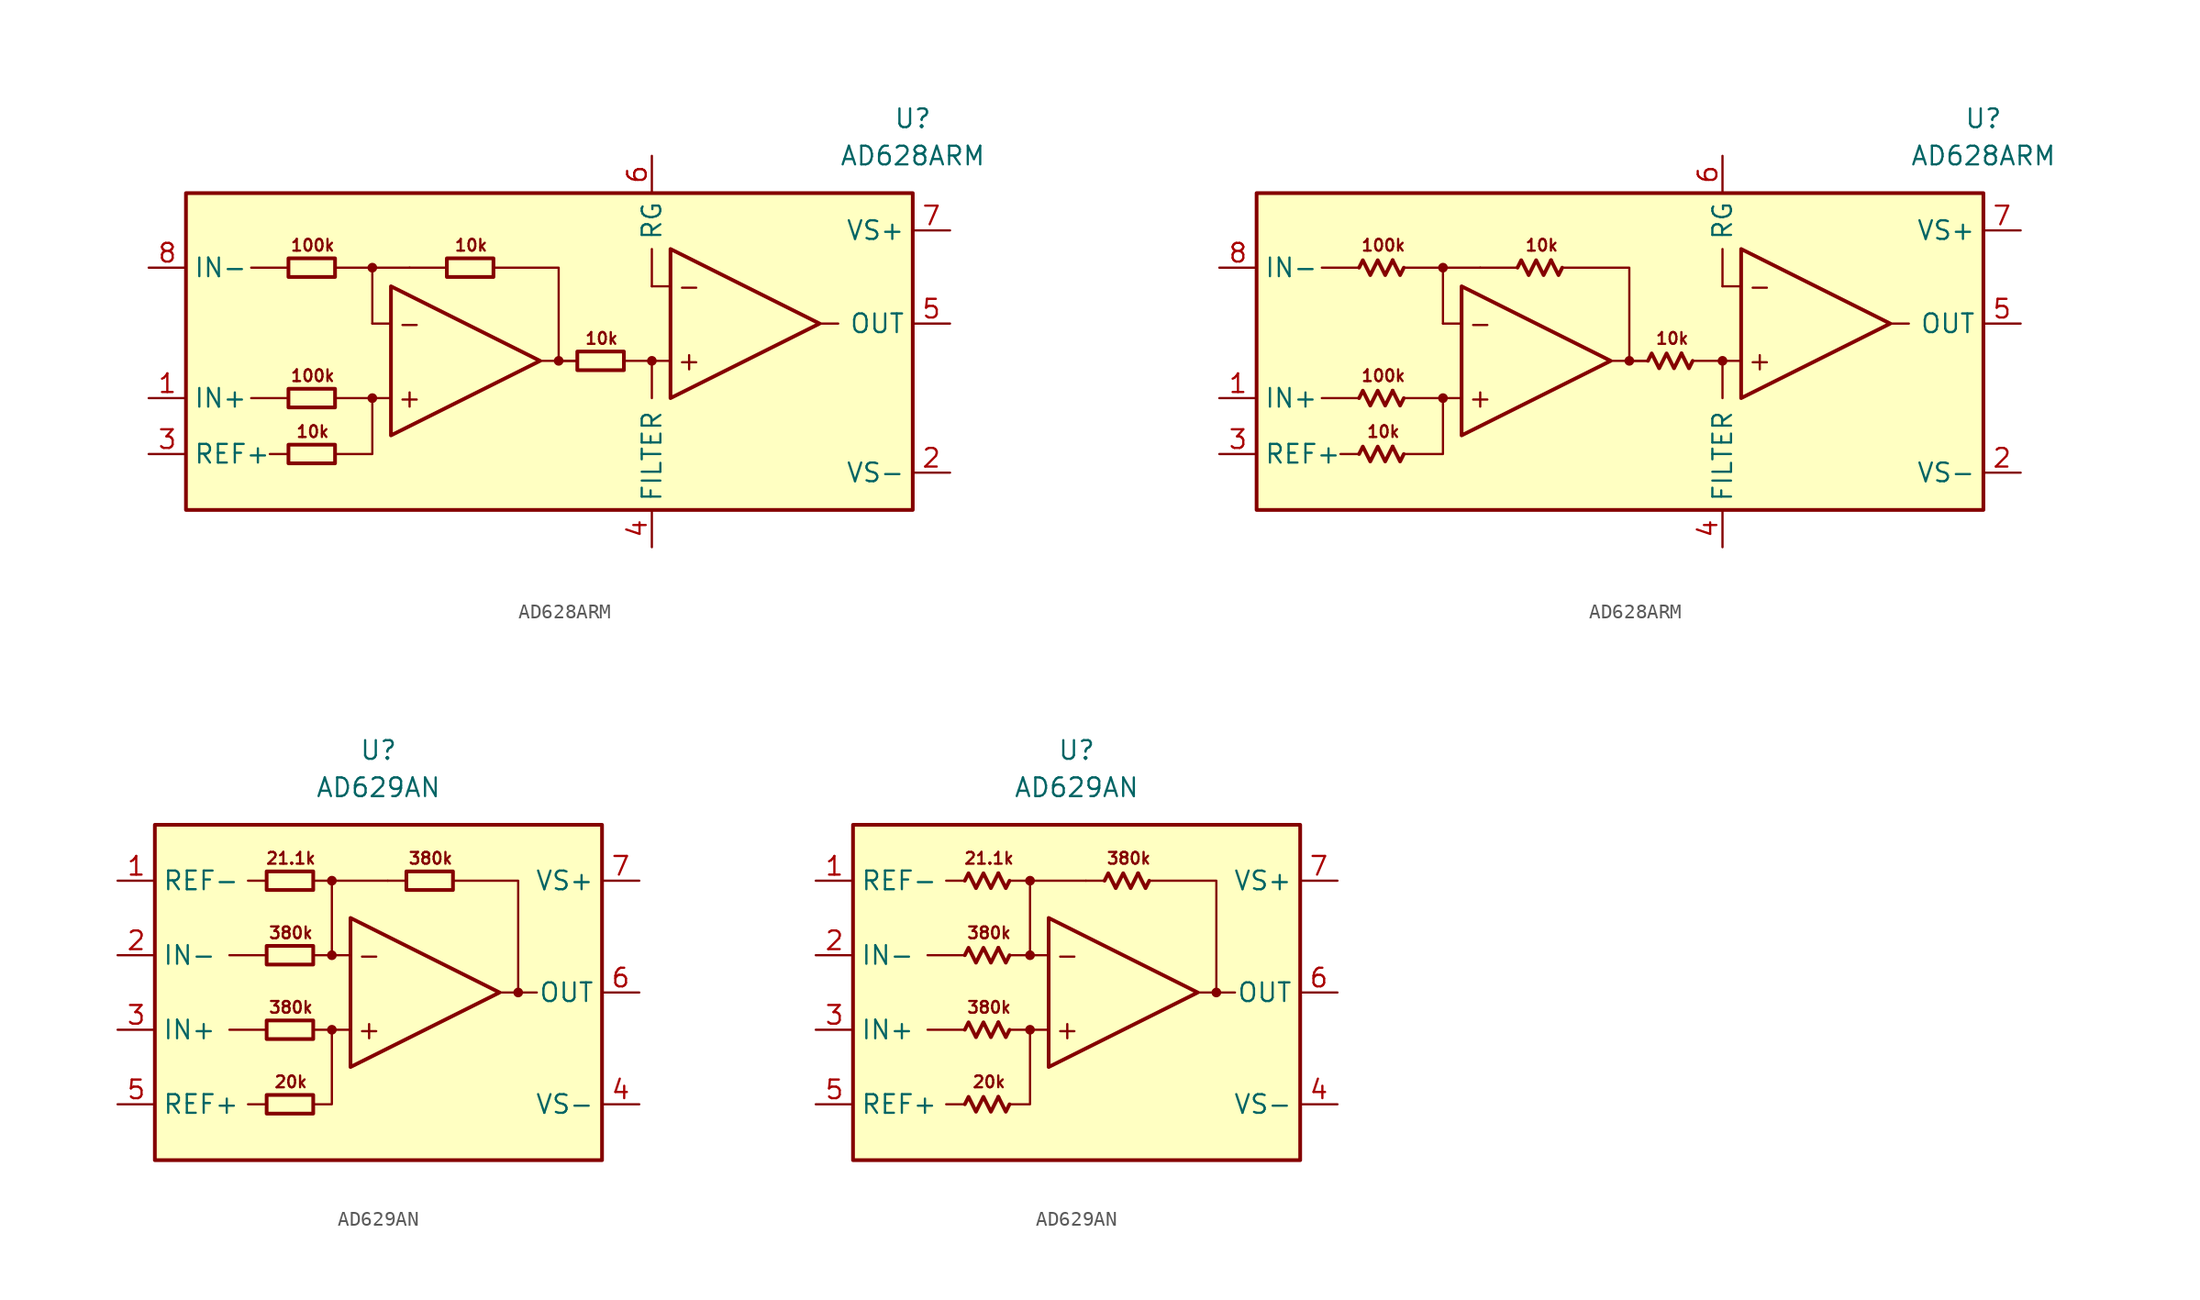
<source format=kicad_sym>
(kicad_symbol_lib
  (version 20231120)
  (generator "kicad_symbol_editor")
  (generator_version "8.0")
  (symbol "AD628ARM"
    (property "Reference" "U"
      (at 24.13 15.24 0)
      (effects (font (size 1.27 1.27))))
    (property "Value" "AD628ARM"
      (at 24.13 12.7 0)
      (effects (font (size 1.27 1.27))))
    (symbol "AD628ARM_0_0"
      (rectangle (start -25.4 10.16) (end 24.13 -11.43) (stroke (width 0.254) (type default)) (fill (type background)))
      (circle (center -12.7 -3.81) (radius 0.254) (stroke (width 0.152) (type default)) (fill (type outline)))
      (circle (center -12.7 5.08) (radius 0.254) (stroke (width 0.152) (type default)) (fill (type outline)))
      (circle (center 0 -1.27) (radius 0.254) (stroke (width 0.152) (type default)) (fill (type outline)))
      (polyline (pts (xy -18.415 -7.62) (xy -19.685 -7.62)) (stroke (width 0.152) (type default)) (fill (type none)))
      (polyline (pts (xy -18.415 -3.81) (xy -20.955 -3.81)) (stroke (width 0.152) (type default)) (fill (type none)))
      (polyline (pts (xy -18.415 5.08) (xy -20.955 5.08)) (stroke (width 0.152) (type default)) (fill (type none)))
      (polyline (pts (xy -12.7 1.27) (xy -12.7 5.08)) (stroke (width 0.152) (type default)) (fill (type none)))
      (polyline (pts (xy -11.43 -3.81) (xy -15.24 -3.81)) (stroke (width 0.152) (type default)) (fill (type none)))
      (polyline (pts (xy -11.43 1.27) (xy -12.7 1.27)) (stroke (width 0.152) (type default)) (fill (type none)))
      (polyline (pts (xy -10.16 5.08) (xy -15.24 5.08)) (stroke (width 0.152) (type default)) (fill (type none)))
      (polyline (pts (xy -7.62 5.08) (xy -10.16 5.08)) (stroke (width 0.152) (type default)) (fill (type none)))
      (polyline (pts (xy 0 -1.27) (xy 1.27 -1.27)) (stroke (width 0.152) (type default)) (fill (type none)))
      (polyline (pts (xy 1.27 -1.27) (xy -1.27 -1.27)) (stroke (width 0.152) (type default)) (fill (type none)))
      (polyline (pts (xy 4.445 -1.27) (xy 6.35 -1.27)) (stroke (width 0.152) (type default)) (fill (type none)))
      (polyline (pts (xy 6.35 -1.27) (xy 6.35 -3.81)) (stroke (width 0.152) (type default)) (fill (type none)))
      (polyline (pts (xy 6.35 3.81) (xy 6.35 6.35)) (stroke (width 0.152) (type default)) (fill (type none)))
      (polyline (pts (xy 7.62 -1.27) (xy 6.35 -1.27)) (stroke (width 0.152) (type default)) (fill (type none)))
      (polyline (pts (xy 7.62 3.81) (xy 6.35 3.81)) (stroke (width 0.152) (type default)) (fill (type none)))
      (polyline (pts (xy 17.78 1.27) (xy 19.05 1.27)) (stroke (width 0.152) (type default)) (fill (type none)))
      (polyline (pts (xy -15.24 -7.62) (xy -12.7 -7.62) (xy -12.7 -3.81)) (stroke (width 0.152) (type default)) (fill (type none)))
      (polyline (pts (xy -11.43 3.81) (xy -11.43 -6.35) (xy -1.27 -1.27) (xy -11.43 3.81)) (stroke (width 0.254) (type default)) (fill (type none)))
      (polyline (pts (xy -4.445 5.08) (xy 0 5.08) (xy 0 -1.27) (xy 0 -1.27)) (stroke (width 0.152) (type default)) (fill (type none)))
      (polyline (pts (xy 7.62 6.35) (xy 7.62 -3.81) (xy 17.78 1.27) (xy 7.62 6.35)) (stroke (width 0.254) (type default)) (fill (type none)))
      (circle (center 6.35 -1.27) (radius 0.254) (stroke (width 0.152) (type default)) (fill (type outline)))
      (text "+" (at -10.16 -3.81 0) (effects (font (size 1.27 1.27))))
      (text "+" (at 8.89 -1.27 0) (effects (font (size 1.27 1.27))))
      (text "-" (at -10.16 1.27 0) (effects (font (size 1.27 1.27))))
      (text "-" (at 8.89 3.81 0) (effects (font (size 1.27 1.27))))
      (text "100k" (at -16.764 -2.286 0) (effects (font (size 0.8 0.8))))
      (text "100k" (at -16.764 6.604 0) (effects (font (size 0.8 0.8))))
      (text "10k" (at -16.764 -6.096 0) (effects (font (size 0.8 0.8))))
      (text "10k" (at -5.969 6.604 0) (effects (font (size 0.8 0.8))))
      (text "10k" (at 2.921 0.254 0) (effects (font (size 0.8 0.8)))))
    (symbol "AD628ARM_0_1"
      (rectangle (start -18.415 -6.985) (end -15.24 -8.255) (stroke (width 0.254) (type default)) (fill (type none)))
      (rectangle (start -18.415 -3.175) (end -15.24 -4.445) (stroke (width 0.254) (type default)) (fill (type none)))
      (rectangle (start -18.415 5.715) (end -15.24 4.445) (stroke (width 0.254) (type default)) (fill (type none)))
      (rectangle (start -7.62 5.715) (end -4.445 4.445) (stroke (width 0.254) (type default)) (fill (type none)))
      (rectangle (start 1.27 -0.635) (end 4.445 -1.905) (stroke (width 0.254) (type default)) (fill (type none))))
    (symbol "AD628ARM_0_2"
      (polyline (pts (xy -16.129 -7.112) (xy -15.621 -8.128) (xy -15.367 -7.62)) (stroke (width 0.254) (type default)) (fill (type none)))
      (polyline (pts (xy -16.129 -3.302) (xy -15.621 -4.318) (xy -15.367 -3.81)) (stroke (width 0.254) (type default)) (fill (type none)))
      (polyline (pts (xy -16.129 5.588) (xy -15.621 4.572) (xy -15.367 5.08)) (stroke (width 0.254) (type default)) (fill (type none)))
      (polyline (pts (xy -5.334 5.588) (xy -4.826 4.572) (xy -4.572 5.08)) (stroke (width 0.254) (type default)) (fill (type none)))
      (polyline (pts (xy 3.556 -0.762) (xy 4.064 -1.778) (xy 4.318 -1.27)) (stroke (width 0.254) (type default)) (fill (type none)))
      (polyline (pts (xy -18.415 -7.62) (xy -18.161 -7.112) (xy -17.653 -8.128) (xy -17.145 -7.112) (xy -16.637 -8.128) (xy -16.129 -7.112)) (stroke (width 0.254) (type default)) (fill (type none)))
      (polyline (pts (xy -18.415 -3.81) (xy -18.161 -3.302) (xy -17.653 -4.318) (xy -17.145 -3.302) (xy -16.637 -4.318) (xy -16.129 -3.302)) (stroke (width 0.254) (type default)) (fill (type none)))
      (polyline (pts (xy -18.415 5.08) (xy -18.161 5.588) (xy -17.653 4.572) (xy -17.145 5.588) (xy -16.637 4.572) (xy -16.129 5.588)) (stroke (width 0.254) (type default)) (fill (type none)))
      (polyline (pts (xy -7.62 5.08) (xy -7.366 5.588) (xy -6.858 4.572) (xy -6.35 5.588) (xy -5.842 4.572) (xy -5.334 5.588)) (stroke (width 0.254) (type default)) (fill (type none)))
      (polyline (pts (xy 1.27 -1.27) (xy 1.524 -0.762) (xy 2.032 -1.778) (xy 2.54 -0.762) (xy 3.048 -1.778) (xy 3.556 -0.762)) (stroke (width 0.254) (type default)) (fill (type none))))
    (symbol "AD628ARM_1_1"
      (pin input line (at -27.94 -3.81 0) (length 2.54) (name "IN+" (effects (font (size 1.27 1.27)))) (number "1" (effects (font (size 1.27 1.27)))))
      (pin power_in line (at 26.67 -8.89 180) (length 2.54) (name "VS-" (effects (font (size 1.27 1.27)))) (number "2" (effects (font (size 1.27 1.27)))))
      (pin input line (at -27.94 -7.62 0) (length 2.54) (name "REF+" (effects (font (size 1.27 1.27)))) (number "3" (effects (font (size 1.27 1.27)))))
      (pin passive line (at 6.35 -13.97 90) (length 2.54) (name "FILTER" (effects (font (size 1.27 1.27)))) (number "4" (effects (font (size 1.27 1.27)))))
      (pin output line (at 26.67 1.27 180) (length 2.54) (name "OUT" (effects (font (size 1.27 1.27)))) (number "5" (effects (font (size 1.27 1.27)))))
      (pin passive line (at 6.35 12.7 270) (length 2.54) (name "RG" (effects (font (size 1.27 1.27)))) (number "6" (effects (font (size 1.27 1.27)))))
      (pin power_in line (at 26.67 7.62 180) (length 2.54) (name "VS+" (effects (font (size 1.27 1.27)))) (number "7" (effects (font (size 1.27 1.27)))))
      (pin input line (at -27.94 5.08 0) (length 2.54) (name "IN-" (effects (font (size 1.27 1.27)))) (number "8" (effects (font (size 1.27 1.27))))))
    (symbol "AD628ARM_1_2"
      (pin input line (at -27.94 -3.81 0) (length 2.54) (name "IN+" (effects (font (size 1.27 1.27)))) (number "1" (effects (font (size 1.27 1.27)))))
      (pin power_in line (at 26.67 -8.89 180) (length 2.54) (name "VS-" (effects (font (size 1.27 1.27)))) (number "2" (effects (font (size 1.27 1.27)))))
      (pin input line (at -27.94 -7.62 0) (length 2.54) (name "REF+" (effects (font (size 1.27 1.27)))) (number "3" (effects (font (size 1.27 1.27)))))
      (pin passive line (at 6.35 -13.97 90) (length 2.54) (name "FILTER" (effects (font (size 1.27 1.27)))) (number "4" (effects (font (size 1.27 1.27)))))
      (pin output line (at 26.67 1.27 180) (length 2.54) (name "OUT" (effects (font (size 1.27 1.27)))) (number "5" (effects (font (size 1.27 1.27)))))
      (pin passive line (at 6.35 12.7 270) (length 2.54) (name "RG" (effects (font (size 1.27 1.27)))) (number "6" (effects (font (size 1.27 1.27)))))
      (pin power_in line (at 26.67 7.62 180) (length 2.54) (name "VS+" (effects (font (size 1.27 1.27)))) (number "7" (effects (font (size 1.27 1.27)))))
      (pin input line (at -27.94 5.08 0) (length 2.54) (name "IN-" (effects (font (size 1.27 1.27)))) (number "8" (effects (font (size 1.27 1.27)))))))
  (symbol "AD629AN"
    (property "Reference" "U"
      (at 0 16.51 0)
      (effects (font (size 1.27 1.27))))
    (property "Value" "AD629AN"
      (at 0 13.97 0)
      (effects (font (size 1.27 1.27))))
    (symbol "AD629AN_0_0"
      (rectangle (start -15.24 11.43) (end 15.24 -11.43) (stroke (width 0.254) (type default)) (fill (type background)))
      (circle (center -3.175 -2.54) (radius 0.254) (stroke (width 0.152) (type default)) (fill (type outline)))
      (circle (center -3.175 2.54) (radius 0.254) (stroke (width 0.152) (type default)) (fill (type outline)))
      (circle (center -3.175 7.62) (radius 0.254) (stroke (width 0.152) (type default)) (fill (type outline)))
      (polyline (pts (xy -7.62 -7.62) (xy -8.89 -7.62)) (stroke (width 0.152) (type default)) (fill (type none)))
      (polyline (pts (xy -7.62 -2.54) (xy -10.16 -2.54)) (stroke (width 0.152) (type default)) (fill (type none)))
      (polyline (pts (xy -7.62 2.54) (xy -10.16 2.54)) (stroke (width 0.152) (type default)) (fill (type none)))
      (polyline (pts (xy -7.62 7.62) (xy -8.89 7.62)) (stroke (width 0.152) (type default)) (fill (type none)))
      (polyline (pts (xy -4.445 7.62) (xy 0.635 7.62)) (stroke (width 0.152) (type default)) (fill (type none)))
      (polyline (pts (xy -3.175 2.54) (xy -3.175 7.62)) (stroke (width 0.152) (type default)) (fill (type none)))
      (polyline (pts (xy -1.905 -2.54) (xy -4.445 -2.54)) (stroke (width 0.152) (type default)) (fill (type none)))
      (polyline (pts (xy -1.905 2.54) (xy -4.445 2.54)) (stroke (width 0.152) (type default)) (fill (type none)))
      (polyline (pts (xy 1.905 7.62) (xy 0.635 7.62)) (stroke (width 0.152) (type default)) (fill (type none)))
      (polyline (pts (xy 9.525 0) (xy 10.795 0)) (stroke (width 0.152) (type default)) (fill (type none)))
      (polyline (pts (xy -4.445 -7.62) (xy -3.175 -7.62) (xy -3.175 -2.54)) (stroke (width 0.152) (type default)) (fill (type none)))
      (polyline (pts (xy -1.905 5.08) (xy -1.905 -5.08) (xy 8.255 0) (xy -1.905 5.08)) (stroke (width 0.254) (type default)) (fill (type none)))
      (polyline (pts (xy 5.08 7.62) (xy 9.525 7.62) (xy 9.525 0) (xy 8.255 0)) (stroke (width 0.152) (type default)) (fill (type none)))
      (circle (center 9.525 0) (radius 0.254) (stroke (width 0.152) (type default)) (fill (type outline)))
      (text "+" (at -0.635 -2.54 0) (effects (font (size 1.27 1.27))))
      (text "-" (at -0.635 2.54 0) (effects (font (size 1.27 1.27))))
      (text "20k" (at -5.969 -6.096 0) (effects (font (size 0.8 0.8))))
      (text "21.1k" (at -5.969 9.144 0) (effects (font (size 0.8 0.8))))
      (text "380k" (at -5.969 -1.016 0) (effects (font (size 0.8 0.8))))
      (text "380k" (at -5.969 4.064 0) (effects (font (size 0.8 0.8))))
      (text "380k" (at 3.556 9.144 0) (effects (font (size 0.8 0.8)))))
    (symbol "AD629AN_0_1"
      (rectangle (start -7.62 -6.985) (end -4.445 -8.255) (stroke (width 0.254) (type default)) (fill (type none)))
      (rectangle (start -7.62 -1.905) (end -4.445 -3.175) (stroke (width 0.254) (type default)) (fill (type none)))
      (rectangle (start -7.62 3.175) (end -4.445 1.905) (stroke (width 0.254) (type default)) (fill (type none)))
      (rectangle (start -7.62 8.255) (end -4.445 6.985) (stroke (width 0.254) (type default)) (fill (type none)))
      (rectangle (start 1.905 8.255) (end 5.08 6.985) (stroke (width 0.254) (type default)) (fill (type none))))
    (symbol "AD629AN_0_2"
      (polyline (pts (xy -5.334 -7.112) (xy -4.826 -8.128) (xy -4.572 -7.62)) (stroke (width 0.254) (type default)) (fill (type none)))
      (polyline (pts (xy -5.334 -2.032) (xy -4.826 -3.048) (xy -4.572 -2.54)) (stroke (width 0.254) (type default)) (fill (type none)))
      (polyline (pts (xy -5.334 3.048) (xy -4.826 2.032) (xy -4.572 2.54)) (stroke (width 0.254) (type default)) (fill (type none)))
      (polyline (pts (xy -5.334 8.128) (xy -4.826 7.112) (xy -4.572 7.62)) (stroke (width 0.254) (type default)) (fill (type none)))
      (polyline (pts (xy 4.191 8.128) (xy 4.699 7.112) (xy 4.953 7.62)) (stroke (width 0.254) (type default)) (fill (type none)))
      (polyline (pts (xy -7.62 -7.62) (xy -7.366 -7.112) (xy -6.858 -8.128) (xy -6.35 -7.112) (xy -5.842 -8.128) (xy -5.334 -7.112)) (stroke (width 0.254) (type default)) (fill (type none)))
      (polyline (pts (xy -7.62 -2.54) (xy -7.366 -2.032) (xy -6.858 -3.048) (xy -6.35 -2.032) (xy -5.842 -3.048) (xy -5.334 -2.032)) (stroke (width 0.254) (type default)) (fill (type none)))
      (polyline (pts (xy -7.62 2.54) (xy -7.366 3.048) (xy -6.858 2.032) (xy -6.35 3.048) (xy -5.842 2.032) (xy -5.334 3.048)) (stroke (width 0.254) (type default)) (fill (type none)))
      (polyline (pts (xy -7.62 7.62) (xy -7.366 8.128) (xy -6.858 7.112) (xy -6.35 8.128) (xy -5.842 7.112) (xy -5.334 8.128)) (stroke (width 0.254) (type default)) (fill (type none)))
      (polyline (pts (xy 1.905 7.62) (xy 2.159 8.128) (xy 2.667 7.112) (xy 3.175 8.128) (xy 3.683 7.112) (xy 4.191 8.128)) (stroke (width 0.254) (type default)) (fill (type none))))
    (symbol "AD629AN_1_1"
      (pin input line (at -17.78 7.62 0) (length 2.54) (name "REF-" (effects (font (size 1.27 1.27)))) (number "1" (effects (font (size 1.27 1.27)))))
      (pin input line (at -17.78 2.54 0) (length 2.54) (name "IN-" (effects (font (size 1.27 1.27)))) (number "2" (effects (font (size 1.27 1.27)))))
      (pin input line (at -17.78 -2.54 0) (length 2.54) (name "IN+" (effects (font (size 1.27 1.27)))) (number "3" (effects (font (size 1.27 1.27)))))
      (pin power_in line (at 17.78 -7.62 180) (length 2.54) (name "VS-" (effects (font (size 1.27 1.27)))) (number "4" (effects (font (size 1.27 1.27)))))
      (pin input line (at -17.78 -7.62 0) (length 2.54) (name "REF+" (effects (font (size 1.27 1.27)))) (number "5" (effects (font (size 1.27 1.27)))))
      (pin output line (at 17.78 0 180) (length 2.54) (name "OUT" (effects (font (size 1.27 1.27)))) (number "6" (effects (font (size 1.27 1.27)))))
      (pin power_in line (at 17.78 7.62 180) (length 2.54) (name "VS+" (effects (font (size 1.27 1.27)))) (number "7" (effects (font (size 1.27 1.27)))))
      (pin free line (at 3.175 -7.62 180) (length 2.54) hide (name "NC" (effects (font (size 1.27 1.27)))) (number "8" (effects (font (size 1.27 1.27))))))
    (symbol "AD629AN_1_2"
      (pin input line (at -17.78 7.62 0) (length 2.54) (name "REF-" (effects (font (size 1.27 1.27)))) (number "1" (effects (font (size 1.27 1.27)))))
      (pin input line (at -17.78 2.54 0) (length 2.54) (name "IN-" (effects (font (size 1.27 1.27)))) (number "2" (effects (font (size 1.27 1.27)))))
      (pin input line (at -17.78 -2.54 0) (length 2.54) (name "IN+" (effects (font (size 1.27 1.27)))) (number "3" (effects (font (size 1.27 1.27)))))
      (pin power_in line (at 17.78 -7.62 180) (length 2.54) (name "VS-" (effects (font (size 1.27 1.27)))) (number "4" (effects (font (size 1.27 1.27)))))
      (pin input line (at -17.78 -7.62 0) (length 2.54) (name "REF+" (effects (font (size 1.27 1.27)))) (number "5" (effects (font (size 1.27 1.27)))))
      (pin output line (at 17.78 0 180) (length 2.54) (name "OUT" (effects (font (size 1.27 1.27)))) (number "6" (effects (font (size 1.27 1.27)))))
      (pin power_in line (at 17.78 7.62 180) (length 2.54) (name "VS+" (effects (font (size 1.27 1.27)))) (number "7" (effects (font (size 1.27 1.27)))))
      (pin free line (at 3.175 -7.62 180) (length 2.54) hide (name "NC" (effects (font (size 1.27 1.27)))) (number "8" (effects (font (size 1.27 1.27))))))))
</source>
